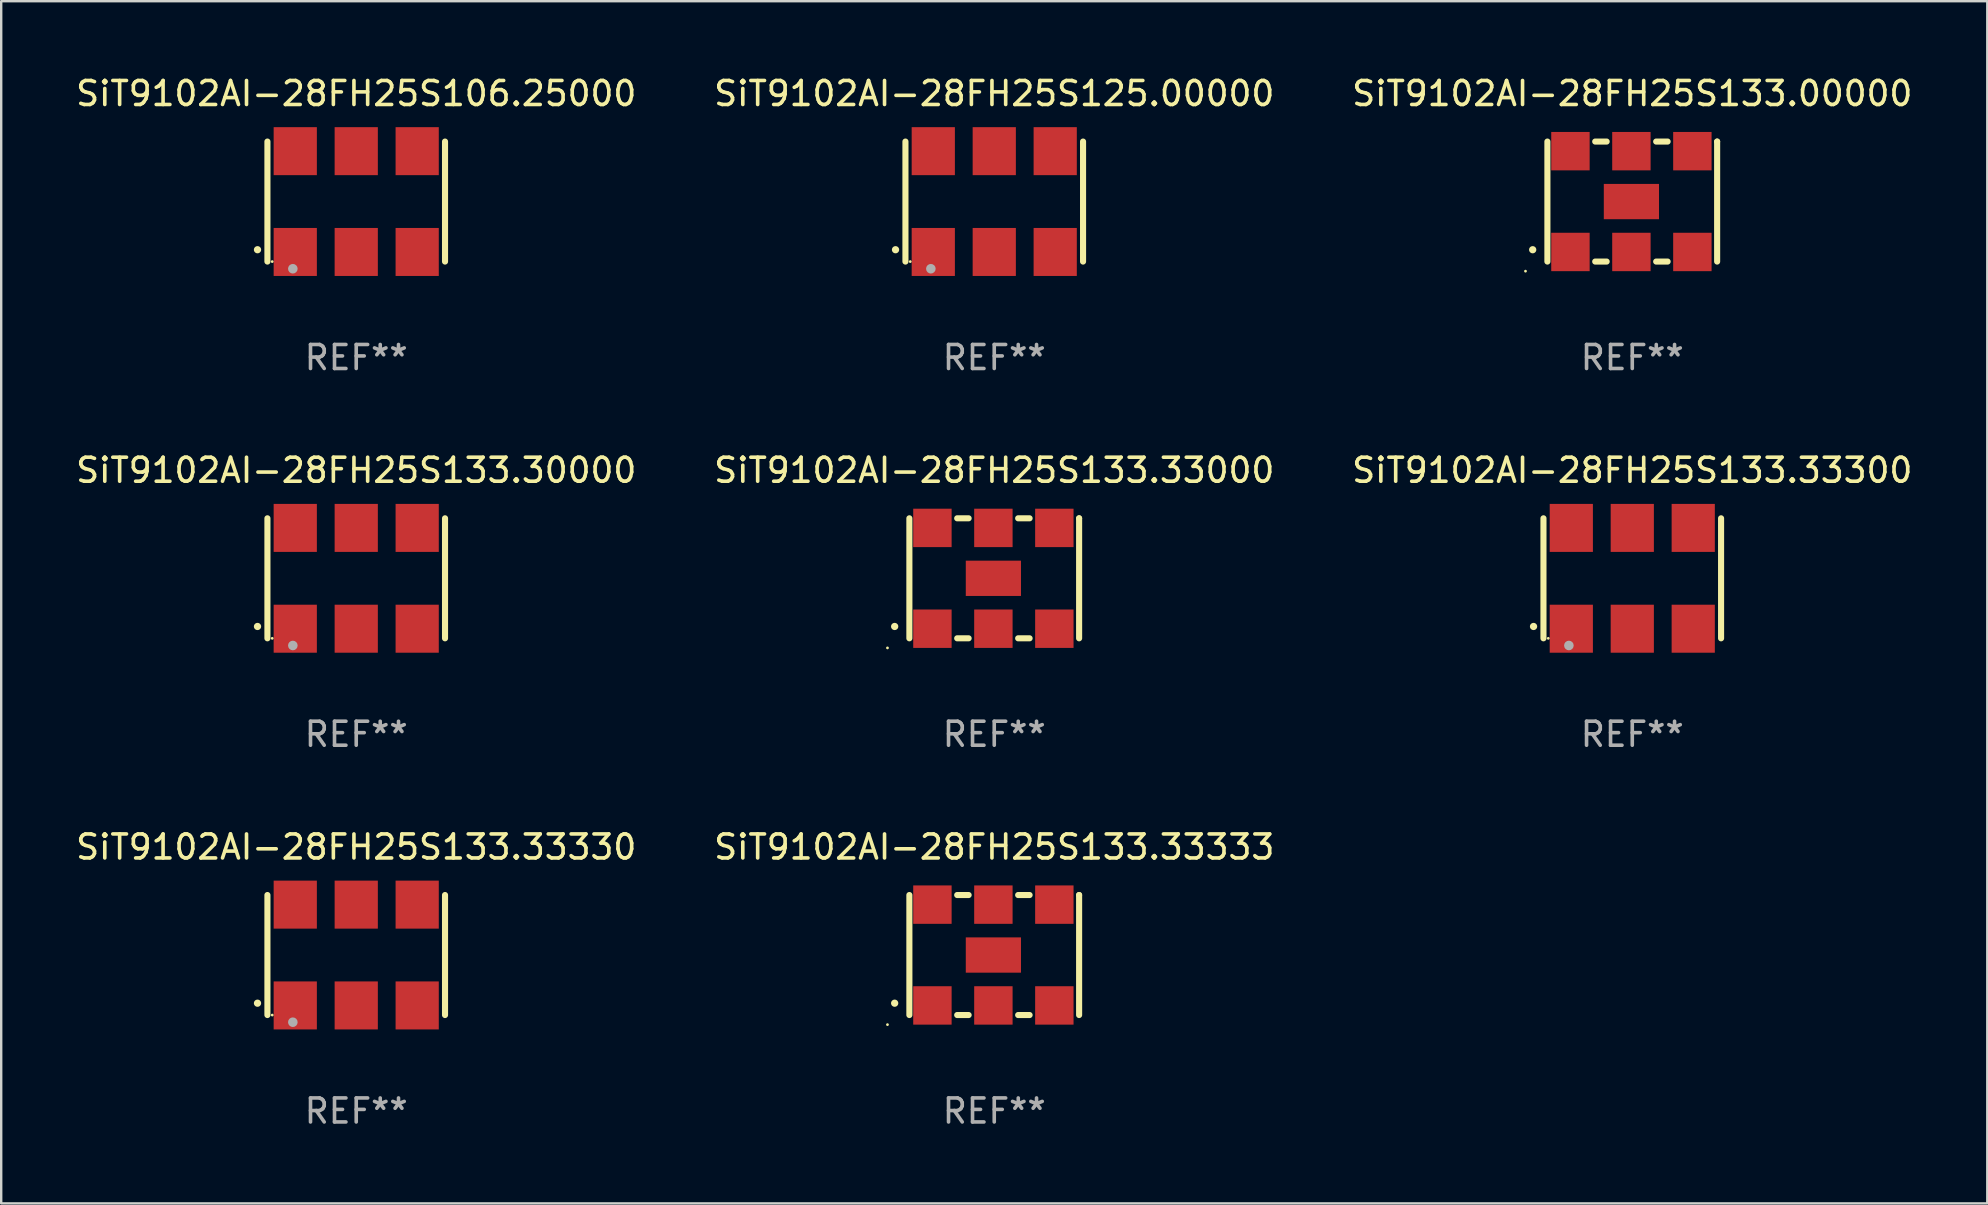
<source format=kicad_pcb>
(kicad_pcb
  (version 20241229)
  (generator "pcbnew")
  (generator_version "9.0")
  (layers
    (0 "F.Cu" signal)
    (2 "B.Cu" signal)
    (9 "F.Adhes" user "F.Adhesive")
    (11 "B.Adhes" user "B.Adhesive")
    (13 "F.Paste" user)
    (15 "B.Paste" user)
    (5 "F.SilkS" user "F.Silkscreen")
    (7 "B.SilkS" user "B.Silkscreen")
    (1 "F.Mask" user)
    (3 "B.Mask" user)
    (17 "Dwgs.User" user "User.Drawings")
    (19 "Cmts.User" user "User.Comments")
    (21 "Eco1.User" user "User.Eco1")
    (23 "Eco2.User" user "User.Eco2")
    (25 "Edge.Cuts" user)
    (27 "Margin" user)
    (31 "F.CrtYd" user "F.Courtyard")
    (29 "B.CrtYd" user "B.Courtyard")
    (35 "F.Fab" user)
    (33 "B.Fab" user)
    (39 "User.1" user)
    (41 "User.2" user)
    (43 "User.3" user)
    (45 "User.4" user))
  (footprint "SiT9102AI-28FH25S133.33300"
    (layer "F.Cu")
    (at 64.958 21.045)
    (property "Reference" "SiT9102AI-28FH25S133.33300" (at 0 -4.5 0) (layer "F.SilkS") (effects (font (size 1 1) (thickness 0.15))))
    (attr through_hole)
    (fp_line (start -3.7 -2.5) (end -3.7 2.5) (stroke (width 0.254) (type solid)) (layer "F.SilkS"))
    (fp_line (start 3.7 -2.5) (end 3.7 2.5) (stroke (width 0.254) (type solid)) (layer "F.SilkS"))
    (fp_arc (start -4.114415 2.006604) (mid -4.113145 2.006599) (end -4.111875 2.006604) (stroke (width 0.3) (type solid)) (layer "F.SilkS"))
    (fp_circle (center -3.5 2.501) (end -3.47 2.501) (stroke (width 0.06) (type solid)) (fill no) (layer "F.SilkS"))
    (fp_circle (center -2.641 2.799) (end -2.541 2.799) (stroke (width 0.2) (type solid)) (fill no) (layer "F.Fab"))
    (fp_text user "REF**" (at 0 6.5 0) (layer "F.Fab") (effects (font (size 1 1) (thickness 0.15))))
    (pad "1" smd rect (at -2.54 2.1) (size 1.8 2) (layers "F.Cu" "F.Mask" "F.Paste"))
    (pad "2" smd rect (at 0.000394 2.1) (size 1.8 2) (layers "F.Cu" "F.Mask" "F.Paste"))
    (pad "3" smd rect (at 2.54 2.1) (size 1.8 2) (layers "F.Cu" "F.Mask" "F.Paste"))
    (pad "4" smd rect (at 2.54 -2.1) (size 1.8 2) (layers "F.Cu" "F.Mask" "F.Paste"))
    (pad "5" smd rect (at 0.000394 -2.1) (size 1.8 2) (layers "F.Cu" "F.Mask" "F.Paste"))
    (pad "6" smd rect (at -2.54 -2.1) (size 1.8 2) (layers "F.Cu" "F.Mask" "F.Paste")))
  (footprint "SiT9102AI-28FH25S133.00000"
    (layer "F.Cu")
    (at 64.958 5.348)
    (property "Reference" "SiT9102AI-28FH25S133.00000" (at 0 -4.5 0) (layer "F.SilkS") (effects (font (size 1 1) (thickness 0.15))))
    (attr through_hole)
    (fp_line (start -3.536 -2.5) (end -3.536 2.5) (stroke (width 0.254) (type solid)) (layer "F.SilkS"))
    (fp_line (start -1.544 2.5) (end -1.067 2.5) (stroke (width 0.254) (type solid)) (layer "F.SilkS"))
    (fp_line (start -1.067 -2.5) (end -1.544 -2.5) (stroke (width 0.254) (type solid)) (layer "F.SilkS"))
    (fp_line (start 0.996 2.5) (end 1.473 2.5) (stroke (width 0.254) (type solid)) (layer "F.SilkS"))
    (fp_line (start 1.473 -2.5) (end 0.996 -2.5) (stroke (width 0.254) (type solid)) (layer "F.SilkS"))
    (fp_line (start 3.536 -2.5) (end 3.536 -2.5) (stroke (width 0.254) (type solid)) (layer "F.SilkS"))
    (fp_line (start 3.536 2.5) (end 3.536 -2.5) (stroke (width 0.254) (type solid)) (layer "F.SilkS"))
    (fp_arc (start -4.150432 2.006604) (mid -4.149162 2.006599) (end -4.147892 2.006604) (stroke (width 0.3) (type solid)) (layer "F.SilkS"))
    (fp_circle (center -4.449 2.9) (end -4.419 2.9) (stroke (width 0.06) (type solid)) (fill no) (layer "F.SilkS"))
    (fp_text user "REF**" (at 0 6.5 0) (layer "F.Fab") (effects (font (size 1 1) (thickness 0.15))))
    (pad "1" smd rect (at -2.576 2.1) (size 1.6 1.6) (layers "F.Cu" "F.Mask" "F.Paste"))
    (pad "2" smd rect (at -0.036 2.1) (size 1.6 1.6) (layers "F.Cu" "F.Mask" "F.Paste"))
    (pad "3" smd rect (at 2.504 2.1) (size 1.6 1.6) (layers "F.Cu" "F.Mask" "F.Paste"))
    (pad "4" smd rect (at 2.504 -2.1) (size 1.6 1.6) (layers "F.Cu" "F.Mask" "F.Paste"))
    (pad "5" smd rect (at -0.036 -2.1) (size 1.6 1.6) (layers "F.Cu" "F.Mask" "F.Paste"))
    (pad "6" smd rect (at -2.576 -2.1) (size 1.6 1.6) (layers "F.Cu" "F.Mask" "F.Paste"))
    (pad "7" smd rect (at -0.036 0) (size 2.3 1.47) (layers "F.Cu" "F.Mask" "F.Paste")))
  (footprint "SiT9102AI-28FH25S133.33330"
    (layer "F.Cu")
    (at 11.792 36.741)
    (property "Reference" "SiT9102AI-28FH25S133.33330" (at 0 -4.5 0) (layer "F.SilkS") (effects (font (size 1 1) (thickness 0.15))))
    (attr through_hole)
    (fp_line (start -3.7 -2.5) (end -3.7 2.5) (stroke (width 0.254) (type solid)) (layer "F.SilkS"))
    (fp_line (start 3.7 -2.5) (end 3.7 2.5) (stroke (width 0.254) (type solid)) (layer "F.SilkS"))
    (fp_arc (start -4.114415 2.006604) (mid -4.113145 2.006599) (end -4.111875 2.006604) (stroke (width 0.3) (type solid)) (layer "F.SilkS"))
    (fp_circle (center -3.5 2.501) (end -3.47 2.501) (stroke (width 0.06) (type solid)) (fill no) (layer "F.SilkS"))
    (fp_circle (center -2.641 2.799) (end -2.541 2.799) (stroke (width 0.2) (type solid)) (fill no) (layer "F.Fab"))
    (fp_text user "REF**" (at 0 6.5 0) (layer "F.Fab") (effects (font (size 1 1) (thickness 0.15))))
    (pad "1" smd rect (at -2.54 2.1) (size 1.8 2) (layers "F.Cu" "F.Mask" "F.Paste"))
    (pad "2" smd rect (at 0.000394 2.1) (size 1.8 2) (layers "F.Cu" "F.Mask" "F.Paste"))
    (pad "3" smd rect (at 2.54 2.1) (size 1.8 2) (layers "F.Cu" "F.Mask" "F.Paste"))
    (pad "4" smd rect (at 2.54 -2.1) (size 1.8 2) (layers "F.Cu" "F.Mask" "F.Paste"))
    (pad "5" smd rect (at 0.000394 -2.1) (size 1.8 2) (layers "F.Cu" "F.Mask" "F.Paste"))
    (pad "6" smd rect (at -2.54 -2.1) (size 1.8 2) (layers "F.Cu" "F.Mask" "F.Paste")))
  (footprint "SiT9102AI-28FH25S133.33000"
    (layer "F.Cu")
    (at 38.375 21.045)
    (property "Reference" "SiT9102AI-28FH25S133.33000" (at 0 -4.5 0) (layer "F.SilkS") (effects (font (size 1 1) (thickness 0.15))))
    (attr through_hole)
    (fp_line (start -3.536 -2.5) (end -3.536 2.5) (stroke (width 0.254) (type solid)) (layer "F.SilkS"))
    (fp_line (start -1.544 2.5) (end -1.067 2.5) (stroke (width 0.254) (type solid)) (layer "F.SilkS"))
    (fp_line (start -1.067 -2.5) (end -1.544 -2.5) (stroke (width 0.254) (type solid)) (layer "F.SilkS"))
    (fp_line (start 0.996 2.5) (end 1.473 2.5) (stroke (width 0.254) (type solid)) (layer "F.SilkS"))
    (fp_line (start 1.473 -2.5) (end 0.996 -2.5) (stroke (width 0.254) (type solid)) (layer "F.SilkS"))
    (fp_line (start 3.536 -2.5) (end 3.536 -2.5) (stroke (width 0.254) (type solid)) (layer "F.SilkS"))
    (fp_line (start 3.536 2.5) (end 3.536 -2.5) (stroke (width 0.254) (type solid)) (layer "F.SilkS"))
    (fp_arc (start -4.150432 2.006604) (mid -4.149162 2.006599) (end -4.147892 2.006604) (stroke (width 0.3) (type solid)) (layer "F.SilkS"))
    (fp_circle (center -4.449 2.9) (end -4.419 2.9) (stroke (width 0.06) (type solid)) (fill no) (layer "F.SilkS"))
    (fp_text user "REF**" (at 0 6.5 0) (layer "F.Fab") (effects (font (size 1 1) (thickness 0.15))))
    (pad "1" smd rect (at -2.576 2.1) (size 1.6 1.6) (layers "F.Cu" "F.Mask" "F.Paste"))
    (pad "2" smd rect (at -0.036 2.1) (size 1.6 1.6) (layers "F.Cu" "F.Mask" "F.Paste"))
    (pad "3" smd rect (at 2.504 2.1) (size 1.6 1.6) (layers "F.Cu" "F.Mask" "F.Paste"))
    (pad "4" smd rect (at 2.504 -2.1) (size 1.6 1.6) (layers "F.Cu" "F.Mask" "F.Paste"))
    (pad "5" smd rect (at -0.036 -2.1) (size 1.6 1.6) (layers "F.Cu" "F.Mask" "F.Paste"))
    (pad "6" smd rect (at -2.576 -2.1) (size 1.6 1.6) (layers "F.Cu" "F.Mask" "F.Paste"))
    (pad "7" smd rect (at -0.036 0) (size 2.3 1.47) (layers "F.Cu" "F.Mask" "F.Paste")))
  (footprint "SiT9102AI-28FH25S125.00000"
    (layer "F.Cu")
    (at 38.375 5.348)
    (property "Reference" "SiT9102AI-28FH25S125.00000" (at 0 -4.5 0) (layer "F.SilkS") (effects (font (size 1 1) (thickness 0.15))))
    (attr through_hole)
    (fp_line (start -3.7 -2.5) (end -3.7 2.5) (stroke (width 0.254) (type solid)) (layer "F.SilkS"))
    (fp_line (start 3.7 -2.5) (end 3.7 2.5) (stroke (width 0.254) (type solid)) (layer "F.SilkS"))
    (fp_arc (start -4.114415 2.006604) (mid -4.113145 2.006599) (end -4.111875 2.006604) (stroke (width 0.3) (type solid)) (layer "F.SilkS"))
    (fp_circle (center -3.5 2.501) (end -3.47 2.501) (stroke (width 0.06) (type solid)) (fill no) (layer "F.SilkS"))
    (fp_circle (center -2.641 2.799) (end -2.541 2.799) (stroke (width 0.2) (type solid)) (fill no) (layer "F.Fab"))
    (fp_text user "REF**" (at 0 6.5 0) (layer "F.Fab") (effects (font (size 1 1) (thickness 0.15))))
    (pad "1" smd rect (at -2.54 2.1) (size 1.8 2) (layers "F.Cu" "F.Mask" "F.Paste"))
    (pad "2" smd rect (at 0.000394 2.1) (size 1.8 2) (layers "F.Cu" "F.Mask" "F.Paste"))
    (pad "3" smd rect (at 2.54 2.1) (size 1.8 2) (layers "F.Cu" "F.Mask" "F.Paste"))
    (pad "4" smd rect (at 2.54 -2.1) (size 1.8 2) (layers "F.Cu" "F.Mask" "F.Paste"))
    (pad "5" smd rect (at 0.000394 -2.1) (size 1.8 2) (layers "F.Cu" "F.Mask" "F.Paste"))
    (pad "6" smd rect (at -2.54 -2.1) (size 1.8 2) (layers "F.Cu" "F.Mask" "F.Paste")))
  (footprint "SiT9102AI-28FH25S133.33333"
    (layer "F.Cu")
    (at 38.375 36.741)
    (property "Reference" "SiT9102AI-28FH25S133.33333" (at 0 -4.5 0) (layer "F.SilkS") (effects (font (size 1 1) (thickness 0.15))))
    (attr through_hole)
    (fp_line (start -3.536 -2.5) (end -3.536 2.5) (stroke (width 0.254) (type solid)) (layer "F.SilkS"))
    (fp_line (start -1.544 2.5) (end -1.067 2.5) (stroke (width 0.254) (type solid)) (layer "F.SilkS"))
    (fp_line (start -1.067 -2.5) (end -1.544 -2.5) (stroke (width 0.254) (type solid)) (layer "F.SilkS"))
    (fp_line (start 0.996 2.5) (end 1.473 2.5) (stroke (width 0.254) (type solid)) (layer "F.SilkS"))
    (fp_line (start 1.473 -2.5) (end 0.996 -2.5) (stroke (width 0.254) (type solid)) (layer "F.SilkS"))
    (fp_line (start 3.536 -2.5) (end 3.536 -2.5) (stroke (width 0.254) (type solid)) (layer "F.SilkS"))
    (fp_line (start 3.536 2.5) (end 3.536 -2.5) (stroke (width 0.254) (type solid)) (layer "F.SilkS"))
    (fp_arc (start -4.150432 2.006604) (mid -4.149162 2.006599) (end -4.147892 2.006604) (stroke (width 0.3) (type solid)) (layer "F.SilkS"))
    (fp_circle (center -4.449 2.9) (end -4.419 2.9) (stroke (width 0.06) (type solid)) (fill no) (layer "F.SilkS"))
    (fp_text user "REF**" (at 0 6.5 0) (layer "F.Fab") (effects (font (size 1 1) (thickness 0.15))))
    (pad "1" smd rect (at -2.576 2.1) (size 1.6 1.6) (layers "F.Cu" "F.Mask" "F.Paste"))
    (pad "2" smd rect (at -0.036 2.1) (size 1.6 1.6) (layers "F.Cu" "F.Mask" "F.Paste"))
    (pad "3" smd rect (at 2.504 2.1) (size 1.6 1.6) (layers "F.Cu" "F.Mask" "F.Paste"))
    (pad "4" smd rect (at 2.504 -2.1) (size 1.6 1.6) (layers "F.Cu" "F.Mask" "F.Paste"))
    (pad "5" smd rect (at -0.036 -2.1) (size 1.6 1.6) (layers "F.Cu" "F.Mask" "F.Paste"))
    (pad "6" smd rect (at -2.576 -2.1) (size 1.6 1.6) (layers "F.Cu" "F.Mask" "F.Paste"))
    (pad "7" smd rect (at -0.036 0) (size 2.3 1.47) (layers "F.Cu" "F.Mask" "F.Paste")))
  (footprint "SiT9102AI-28FH25S133.30000"
    (layer "F.Cu")
    (at 11.792 21.045)
    (property "Reference" "SiT9102AI-28FH25S133.30000" (at 0 -4.5 0) (layer "F.SilkS") (effects (font (size 1 1) (thickness 0.15))))
    (attr through_hole)
    (fp_line (start -3.7 -2.5) (end -3.7 2.5) (stroke (width 0.254) (type solid)) (layer "F.SilkS"))
    (fp_line (start 3.7 -2.5) (end 3.7 2.5) (stroke (width 0.254) (type solid)) (layer "F.SilkS"))
    (fp_arc (start -4.114415 2.006604) (mid -4.113145 2.006599) (end -4.111875 2.006604) (stroke (width 0.3) (type solid)) (layer "F.SilkS"))
    (fp_circle (center -3.5 2.501) (end -3.47 2.501) (stroke (width 0.06) (type solid)) (fill no) (layer "F.SilkS"))
    (fp_circle (center -2.641 2.799) (end -2.541 2.799) (stroke (width 0.2) (type solid)) (fill no) (layer "F.Fab"))
    (fp_text user "REF**" (at 0 6.5 0) (layer "F.Fab") (effects (font (size 1 1) (thickness 0.15))))
    (pad "1" smd rect (at -2.54 2.1) (size 1.8 2) (layers "F.Cu" "F.Mask" "F.Paste"))
    (pad "2" smd rect (at 0.000394 2.1) (size 1.8 2) (layers "F.Cu" "F.Mask" "F.Paste"))
    (pad "3" smd rect (at 2.54 2.1) (size 1.8 2) (layers "F.Cu" "F.Mask" "F.Paste"))
    (pad "4" smd rect (at 2.54 -2.1) (size 1.8 2) (layers "F.Cu" "F.Mask" "F.Paste"))
    (pad "5" smd rect (at 0.000394 -2.1) (size 1.8 2) (layers "F.Cu" "F.Mask" "F.Paste"))
    (pad "6" smd rect (at -2.54 -2.1) (size 1.8 2) (layers "F.Cu" "F.Mask" "F.Paste")))
  (footprint "SiT9102AI-28FH25S106.25000"
    (layer "F.Cu")
    (at 11.792 5.348)
    (property "Reference" "SiT9102AI-28FH25S106.25000" (at 0 -4.5 0) (layer "F.SilkS") (effects (font (size 1 1) (thickness 0.15))))
    (attr through_hole)
    (fp_line (start -3.7 -2.5) (end -3.7 2.5) (stroke (width 0.254) (type solid)) (layer "F.SilkS"))
    (fp_line (start 3.7 -2.5) (end 3.7 2.5) (stroke (width 0.254) (type solid)) (layer "F.SilkS"))
    (fp_arc (start -4.114415 2.006604) (mid -4.113145 2.006599) (end -4.111875 2.006604) (stroke (width 0.3) (type solid)) (layer "F.SilkS"))
    (fp_circle (center -3.5 2.501) (end -3.47 2.501) (stroke (width 0.06) (type solid)) (fill no) (layer "F.SilkS"))
    (fp_circle (center -2.641 2.799) (end -2.541 2.799) (stroke (width 0.2) (type solid)) (fill no) (layer "F.Fab"))
    (fp_text user "REF**" (at 0 6.5 0) (layer "F.Fab") (effects (font (size 1 1) (thickness 0.15))))
    (pad "1" smd rect (at -2.54 2.1) (size 1.8 2) (layers "F.Cu" "F.Mask" "F.Paste"))
    (pad "2" smd rect (at 0.000394 2.1) (size 1.8 2) (layers "F.Cu" "F.Mask" "F.Paste"))
    (pad "3" smd rect (at 2.54 2.1) (size 1.8 2) (layers "F.Cu" "F.Mask" "F.Paste"))
    (pad "4" smd rect (at 2.54 -2.1) (size 1.8 2) (layers "F.Cu" "F.Mask" "F.Paste"))
    (pad "5" smd rect (at 0.000394 -2.1) (size 1.8 2) (layers "F.Cu" "F.Mask" "F.Paste"))
    (pad "6" smd rect (at -2.54 -2.1) (size 1.8 2) (layers "F.Cu" "F.Mask" "F.Paste")))
  (gr_rect
    (start -3 -3)
    (end 79.75 47.09)
    (stroke (width 0.1) (type default))
    (fill no)
    (layer "Edge.Cuts")))
</source>
